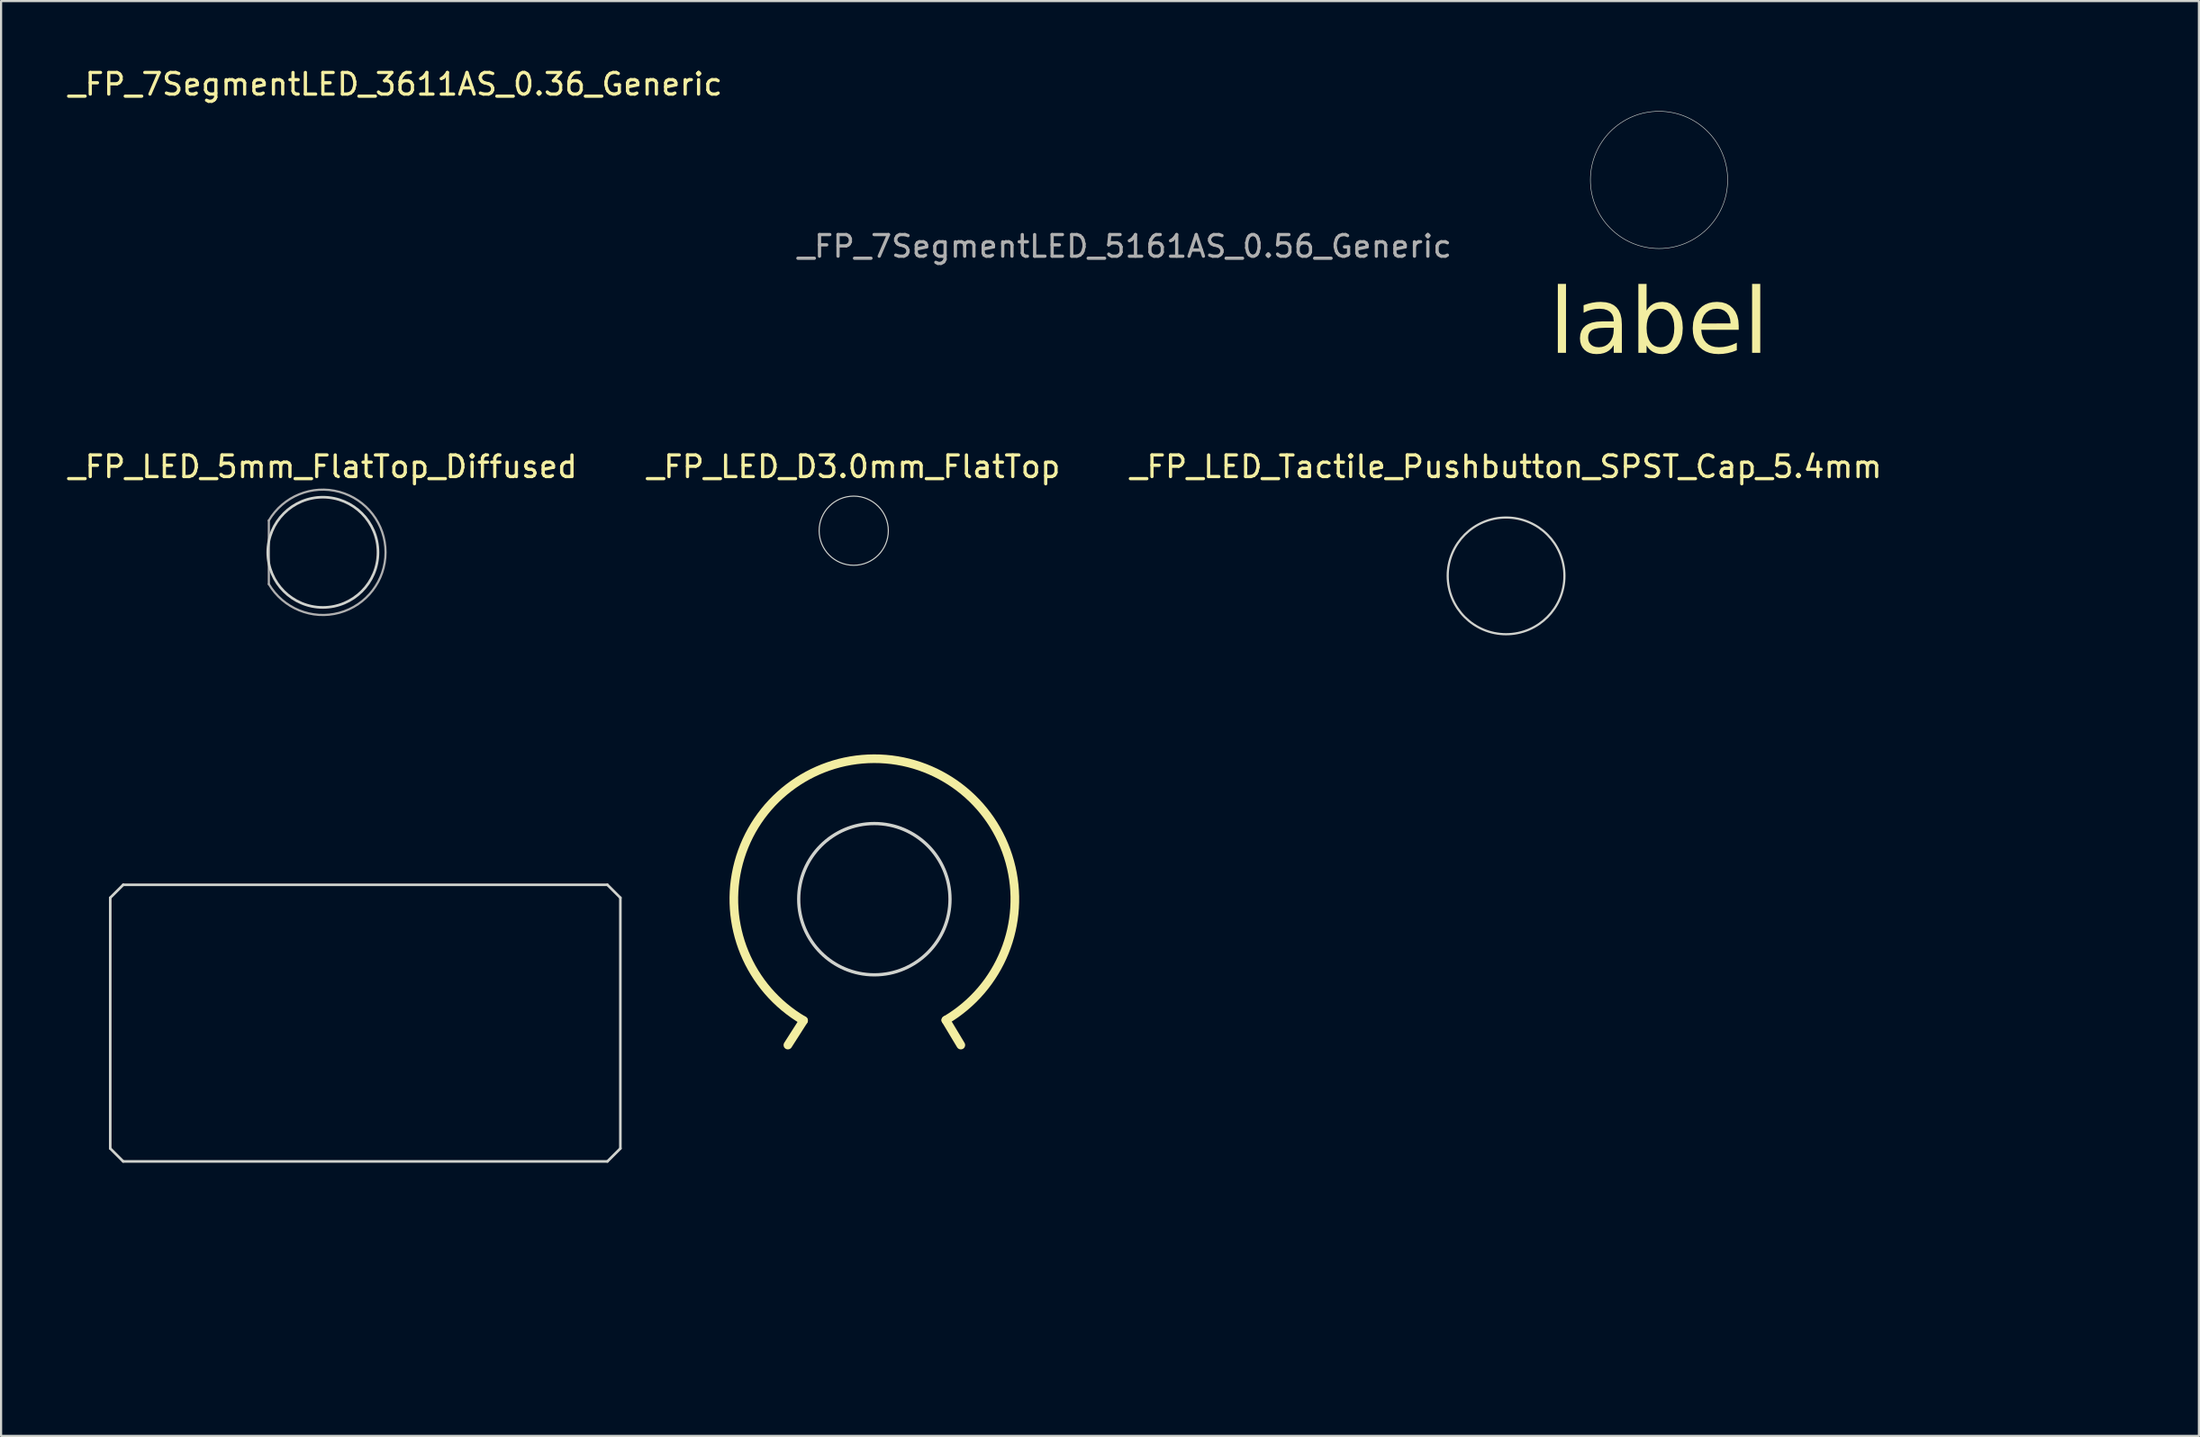
<source format=kicad_pcb>
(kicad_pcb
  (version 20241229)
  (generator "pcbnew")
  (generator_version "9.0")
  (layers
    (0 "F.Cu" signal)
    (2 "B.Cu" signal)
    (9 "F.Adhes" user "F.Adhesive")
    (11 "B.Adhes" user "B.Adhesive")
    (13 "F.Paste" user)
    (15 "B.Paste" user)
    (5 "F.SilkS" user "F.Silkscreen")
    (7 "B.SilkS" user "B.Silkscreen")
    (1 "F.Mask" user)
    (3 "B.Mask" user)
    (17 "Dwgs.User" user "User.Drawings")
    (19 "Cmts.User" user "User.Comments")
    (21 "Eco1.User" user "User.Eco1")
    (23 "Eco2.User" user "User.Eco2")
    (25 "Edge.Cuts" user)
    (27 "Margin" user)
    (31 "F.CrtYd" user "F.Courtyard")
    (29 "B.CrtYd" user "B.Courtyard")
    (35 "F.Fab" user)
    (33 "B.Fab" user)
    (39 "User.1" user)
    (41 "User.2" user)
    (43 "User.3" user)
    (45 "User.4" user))
  (footprint "_FP_OLED_SSD1306_I2C_128x64"
    (layer "F.Cu")
    (at 13.85 32.49)
    (property "Reference" "_FP_OLED_SSD1306_I2C_128x64" (at 0 -1.27 0) (layer "Eco2.User") (effects (font (size 1 1) (thickness 0.15))))
    (attr through_hole)
    (fp_rect (start -13.75 0) (end 13.75 27.8) (stroke (width 0.2) (type solid)) (fill no) (layer "Eco2.User"))
    (fp_rect (start -13.35 4.27) (end 13.35 19.77) (stroke (width 0.1) (type solid)) (fill no) (layer "Eco2.User"))
    (fp_rect (start -13.35 4.27) (end 13.35 23.53) (stroke (width 0.2) (type solid)) (fill no) (layer "Eco2.User"))
    (fp_line (start -11.8 6) (end -11.8 17.6) (stroke (width 0.12) (type solid)) (layer "Edge.Cuts"))
    (fp_line (start -11.8 17.6) (end -11.2 18.2) (stroke (width 0.12) (type solid)) (layer "Edge.Cuts"))
    (fp_line (start -11.2 5.4) (end -11.8 6) (stroke (width 0.12) (type solid)) (layer "Edge.Cuts"))
    (fp_line (start -11.2 18.2) (end 11.2 18.2) (stroke (width 0.12) (type solid)) (layer "Edge.Cuts"))
    (fp_line (start 11.2 5.4) (end -11.2 5.4) (stroke (width 0.12) (type solid)) (layer "Edge.Cuts"))
    (fp_line (start 11.2 18.2) (end 11.8 17.6) (stroke (width 0.12) (type solid)) (layer "Edge.Cuts"))
    (fp_line (start 11.8 6) (end 11.2 5.4) (stroke (width 0.12) (type solid)) (layer "Edge.Cuts"))
    (fp_line (start 11.8 17.6) (end 11.8 6) (stroke (width 0.12) (type solid)) (layer "Edge.Cuts"))
    (pad "" smd circle (at -3.81 1.27) (size 1.524 1.524) (layers "Eco2.User"))
    (pad "" smd circle (at -1.27 1.27) (size 1.524 1.524) (layers "Eco2.User"))
    (pad "" smd circle (at 1.27 1.27) (size 1.524 1.524) (layers "Eco2.User"))
    (pad "" smd circle (at 3.81 1.27) (size 1.524 1.524) (layers "Eco2.User")))
  (footprint "_FP_LED_D3.0mm_FlatTop"
    (layer "F.Cu")
    (at 36.446 21.506)
    (property "Reference" "_FP_LED_D3.0mm_FlatTop" (at 0 -2.96 0) (layer "F.SilkS") (effects (font (size 1 1) (thickness 0.15))))
    (attr through_hole)
    (fp_circle (center 0 0) (end 2.4 0) (stroke (width 0.1) (type solid)) (fill yes) (layer "F.Mask"))
    (fp_circle (center 0 0) (end 2.4 0) (stroke (width 0.1) (type solid)) (fill yes) (layer "B.Mask"))
    (fp_line (start -1.5 -1.166) (end -1.5 1.166) (stroke (width 0.1) (type solid)) (layer "Eco2.User"))
    (fp_arc (start -1.56 -1.235516) (mid 0.096487 -1.987659) (end 1.672335 -1.078608) (stroke (width 0.12) (type solid)) (layer "Eco2.User"))
    (fp_arc (start -1.5 -1.16619) (mid 1.9 0.000452) (end -1.500555 1.165476) (stroke (width 0.1) (type solid)) (layer "Eco2.User"))
    (fp_arc (start -1.040961 -1.08) (mid 0.000117 -1.5) (end 1.04113 -1.079837) (stroke (width 0.12) (type solid)) (layer "Eco2.User"))
    (fp_arc (start 1.04113 1.079837) (mid 0.000117 1.5) (end -1.040961 1.08) (stroke (width 0.12) (type solid)) (layer "Eco2.User"))
    (fp_arc (start 1.672335 1.078608) (mid 0.096487 1.987659) (end -1.56 1.235516) (stroke (width 0.12) (type solid)) (layer "Eco2.User"))
    (fp_circle (center 0 0) (end 1.5 0) (stroke (width 0.1) (type solid)) (fill no) (layer "Eco2.User"))
    (fp_circle (center 0 0) (end 1.6 0) (stroke (width 0.05) (type solid)) (fill no) (layer "Edge.Cuts"))
    (pad "" smd rect (at -1.27 0) (size 1.8 1.8) (layers "Eco2.User"))
    (pad "" smd circle (at 1.27 0) (size 1.8 1.8) (layers "Eco2.User")))
  (footprint "_FP_LED_Tactile_Pushbutton_SPST_Cap_5.4mm"
    (layer "F.Cu")
    (at 66.625 23.596)
    (property "Reference" "_FP_LED_Tactile_Pushbutton_SPST_Cap_5.4mm" (at 0 -5.05 0) (layer "F.SilkS") (effects (font (size 1 1) (thickness 0.15))))
    (attr through_hole)
    (fp_line (start -4.35 -3.75) (end -4.35 3.75) (stroke (width 0.05) (type solid)) (layer "Eco2.User"))
    (fp_line (start -4.35 -3.75) (end 4.35 -3.75) (stroke (width 0.05) (type solid)) (layer "Eco2.User"))
    (fp_line (start -4.35 3.75) (end 4.35 3.75) (stroke (width 0.05) (type solid)) (layer "Eco2.User"))
    (fp_line (start -3 -3) (end -3 3) (stroke (width 0.1) (type solid)) (layer "Eco2.User"))
    (fp_line (start -3 -3) (end 3 -3) (stroke (width 0.1) (type solid)) (layer "Eco2.User"))
    (fp_line (start -3 3) (end 3 3) (stroke (width 0.1) (type solid)) (layer "Eco2.User"))
    (fp_line (start -0.85 -3.95) (end 0.85 -3.95) (stroke (width 0.2) (type solid)) (layer "Eco2.User"))
    (fp_line (start 3 -3) (end 3 3) (stroke (width 0.1) (type solid)) (layer "Eco2.User"))
    (fp_line (start 4.35 3.75) (end 4.35 -3.75) (stroke (width 0.05) (type solid)) (layer "Eco2.User"))
    (fp_circle (center 0 0) (end 0.000001 0) (stroke (width 0.12) (type solid)) (fill no) (layer "Eco2.User"))
    (fp_circle (center 0 0) (end 2.7 0) (stroke (width 0.1) (type solid)) (fill no) (layer "Edge.Cuts"))
    (pad "" smd rect (at -3.25 -2.25) (size 1.7 1.7) (layers "Eco2.User"))
    (pad "" smd circle (at -3.25 2.25) (size 1.7 1.7) (layers "Eco2.User"))
    (pad "" smd circle (at 0 -2.8) (size 1.7 1.7) (layers "Eco2.User"))
    (pad "" smd circle (at 0 2.8) (size 1.7 1.7) (layers "Eco2.User"))
    (pad "" smd circle (at 3.25 -2.25) (size 1.7 1.7) (layers "Eco2.User"))
    (pad "" smd circle (at 3.25 2.25) (size 1.7 1.7) (layers "Eco2.User")))
  (footprint "_FP_7SegmentLED_5161AS_0.56_Generic"
    (layer "F.Cu")
    (at 41.112 3.268)
    (property "Reference" "_FP_7SegmentLED_5161AS_0.56_Generic" (at 7.62 -2.42 0) (layer "Eco2.User") (effects (font (size 1 1) (thickness 0.15))))
    (attr through_hole)
    (fp_line (start -1.905 -0.22) (end -1.905 11.38) (stroke (width 0.1) (type solid)) (layer "Eco2.User"))
    (fp_line (start -1.905 11.38) (end 17.145 11.38) (stroke (width 0.1) (type solid)) (layer "Eco2.User"))
    (fp_line (start -0.905 -1.22) (end -1.905 -0.22) (stroke (width 0.1) (type solid)) (layer "Eco2.User"))
    (fp_line (start -0.905 -1.22) (end 17.145 -1.22) (stroke (width 0.1) (type solid)) (layer "Eco2.User"))
    (fp_line (start 2.62 0.08) (end 2.62 7.08) (stroke (width 0.12) (type solid)) (layer "Eco2.User"))
    (fp_line (start 2.62 7.08) (end 7.62 8.08) (stroke (width 0.12) (type solid)) (layer "Eco2.User"))
    (fp_line (start 7.62 1.08) (end 2.62 0.08) (stroke (width 0.12) (type solid)) (layer "Eco2.User"))
    (fp_line (start 7.62 8.08) (end 7.62 1.08) (stroke (width 0.12) (type solid)) (layer "Eco2.User"))
    (fp_line (start 12.62 2.08) (end 7.62 1.08) (stroke (width 0.12) (type solid)) (layer "Eco2.User"))
    (fp_line (start 12.62 2.08) (end 12.62 9.08) (stroke (width 0.12) (type solid)) (layer "Eco2.User"))
    (fp_line (start 12.62 9.08) (end 7.62 8.08) (stroke (width 0.12) (type solid)) (layer "Eco2.User"))
    (fp_line (start 17.145 11.38) (end 17.145 -1.22) (stroke (width 0.1) (type solid)) (layer "Eco2.User"))
    (fp_circle (center 2.62 9.08) (end 3.067 9.08) (stroke (width 0.12) (type solid)) (fill no) (layer "Eco2.User"))
    (fp_text user "${REFERENCE}" (at 7.87 5.08 0) (layer "F.Fab") (effects (font (size 1 1) (thickness 0.15))))
    (pad "" smd rect (at 0 0 270) (size 1.524 2.524) (layers "Eco2.User"))
    (pad "" smd oval (at 0 2.54 270) (size 1.524 2.524) (layers "Eco2.User"))
    (pad "" smd oval (at 0 5.08 270) (size 1.524 2.524) (layers "Eco2.User"))
    (pad "" smd oval (at 0 7.62 270) (size 1.524 2.524) (layers "Eco2.User"))
    (pad "" smd oval (at 0 10.16 270) (size 1.524 2.524) (layers "Eco2.User"))
    (pad "" smd oval (at 15.24 0 270) (size 1.524 2.524) (layers "Eco2.User"))
    (pad "" smd oval (at 15.24 2.54 270) (size 1.524 2.524) (layers "Eco2.User"))
    (pad "" smd oval (at 15.24 5.08 270) (size 1.524 2.524) (layers "Eco2.User"))
    (pad "" smd oval (at 15.24 7.62 270) (size 1.524 2.524) (layers "Eco2.User"))
    (pad "" smd oval (at 15.24 10.16 270) (size 1.524 2.524) (layers "Eco2.User")))
  (footprint "_FP_Pot_10mmKnob_StdScale"
    (layer "F.Cu")
    (at 37.4 38.556)
    (property "Reference" "_FP_Pot_10mmKnob_StdScale" (at -4.6 -4.1 0) (layer "Eco2.User") (effects (font (size 1 1) (thickness 0.15)) (justify left bottom)))
    (attr through_hole)
    (fp_line (start -3.275 5.615) (end -4 6.75) (stroke (width 0.4) (type default)) (layer "F.SilkS"))
    (fp_line (start 3.307 5.596) (end 4 6.75) (stroke (width 0.4) (type default)) (layer "F.SilkS"))
    (fp_arc (start -3.275163 5.614562) (mid -0.018309 -6.499974) (end 3.306741 5.596022) (stroke (width 0.4) (type default)) (layer "F.SilkS"))
    (fp_line (start -5.1 -5.75) (end -5.1 -1.4) (stroke (width 0.05) (type solid)) (layer "Eco2.User"))
    (fp_line (start -5.1 1.4) (end -5.1 5.75) (stroke (width 0.05) (type solid)) (layer "Eco2.User"))
    (fp_line (start -5.1 5.75) (end 5.1 5.75) (stroke (width 0.05) (type solid)) (layer "Eco2.User"))
    (fp_line (start -4.85 -4.95) (end -4.85 -1.676) (stroke (width 0.127) (type solid)) (layer "Eco2.User"))
    (fp_line (start -4.85 1.727) (end -4.85 5.06) (stroke (width 0.127) (type solid)) (layer "Eco2.User"))
    (fp_line (start -4.41 5.5) (end 4.41 5.5) (stroke (width 0.127) (type solid)) (layer "Eco2.User"))
    (fp_line (start -3.7 -8.16) (end -3.7 -5.75) (stroke (width 0.05) (type solid)) (layer "Eco2.User"))
    (fp_line (start -3.7 -5.75) (end -5.1 -5.75) (stroke (width 0.05) (type solid)) (layer "Eco2.User"))
    (fp_line (start -1.5 0) (end 1.5 0) (stroke (width 0.12) (type solid)) (layer "Eco2.User"))
    (fp_line (start 0 1.5) (end 0 -1.5) (stroke (width 0.12) (type solid)) (layer "Eco2.User"))
    (fp_line (start 3.7 -8.16) (end -3.7 -8.16) (stroke (width 0.05) (type solid)) (layer "Eco2.User"))
    (fp_line (start 3.7 -5.75) (end 3.7 -8.16) (stroke (width 0.05) (type solid)) (layer "Eco2.User"))
    (fp_line (start 4.41 -5.5) (end -4.41 -5.5) (stroke (width 0.127) (type solid)) (layer "Eco2.User"))
    (fp_line (start 4.85 -5) (end 4.85 -1.676) (stroke (width 0.127) (type solid)) (layer "Eco2.User"))
    (fp_line (start 4.85 1.727) (end 4.85 5.06) (stroke (width 0.127) (type solid)) (layer "Eco2.User"))
    (fp_line (start 5.1 -5.75) (end 3.7 -5.75) (stroke (width 0.05) (type solid)) (layer "Eco2.User"))
    (fp_line (start 5.1 -1.4) (end 5.1 -5.75) (stroke (width 0.05) (type solid)) (layer "Eco2.User"))
    (fp_line (start 5.1 5.75) (end 5.1 1.4) (stroke (width 0.05) (type solid)) (layer "Eco2.User"))
    (fp_arc (start -5.099264 1.400368) (mid -5.965248 0.000411) (end -5.1 -1.4) (stroke (width 0.05) (type solid)) (layer "Eco2.User"))
    (fp_arc (start -4.849887 -5.050018) (mid -4.724637 -5.367578) (end -4.41 -5.5) (stroke (width 0.127) (type solid)) (layer "Eco2.User"))
    (fp_arc (start -4.400018 5.499887) (mid -4.717578 5.374637) (end -4.85 5.06) (stroke (width 0.127) (type solid)) (layer "Eco2.User"))
    (fp_arc (start 4.400018 -5.499887) (mid 4.717578 -5.374637) (end 4.85 -5.06) (stroke (width 0.127) (type solid)) (layer "Eco2.User"))
    (fp_arc (start 4.849887 5.050018) (mid 4.724637 5.367578) (end 4.41 5.5) (stroke (width 0.127) (type solid)) (layer "Eco2.User"))
    (fp_arc (start 5.099264 -1.400368) (mid 5.965248 -0.000411) (end 5.1 1.4) (stroke (width 0.05) (type solid)) (layer "Eco2.User"))
    (fp_circle (center 0 0) (end 3.5 0) (stroke (width 0.15) (type solid)) (fill no) (layer "Edge.Cuts"))
    (pad "" smd circle (at -4.394 -0.002) (size 2.667 2.667) (layers "Eco2.User"))
    (pad "" smd circle (at -2.54 -7.012 270) (size 1.803 1.803) (layers "Eco2.User"))
    (pad "" smd circle (at -0.000163 -7.012 270) (size 1.803 1.803) (layers "Eco2.User"))
    (pad "" smd circle (at 2.54 -7.012 270) (size 1.803 1.803) (layers "Eco2.User"))
    (pad "" smd circle (at 4.394 -0.002) (size 2.667 2.667) (layers "Eco2.User")))
  (footprint "_FP_7SegmentLED_3611AS_0.36_Generic"
    (layer "F.Cu")
    (at 12.704 3.007)
    (property "Reference" "_FP_7SegmentLED_3611AS_0.36_Generic" (at 2.54 -2.159 0) (layer "F.SilkS") (effects (font (size 1 1) (thickness 0.15))))
    (attr through_hole)
    (fp_line (start -1.1 -0.1) (end -0.1 -1.1) (stroke (width 0.1) (type solid)) (layer "Eco2.User"))
    (fp_line (start -1.1 11.3) (end -1.1 -0.1) (stroke (width 0.1) (type solid)) (layer "Eco2.User"))
    (fp_line (start -0.1 -1.1) (end 6.2 -1.1) (stroke (width 0.1) (type solid)) (layer "Eco2.User"))
    (fp_line (start 6.2 -1.1) (end 6.2 11.3) (stroke (width 0.1) (type solid)) (layer "Eco2.User"))
    (fp_line (start 6.2 11.3) (end -1.1 11.3) (stroke (width 0.1) (type solid)) (layer "Eco2.User"))
    (fp_rect (start 6.35 11.43) (end -1.27 -1.27) (stroke (width 0.12) (type solid)) (fill no) (layer "Eco2.User"))
    (pad "" smd rect (at 0 0) (size 1.6 1.6) (layers "Eco2.User"))
    (pad "" smd circle (at 0 2.54) (size 1.6 1.6) (layers "Eco2.User"))
    (pad "" smd circle (at 0 5.08) (size 1.6 1.6) (layers "Eco2.User"))
    (pad "" smd circle (at 0 7.62) (size 1.6 1.6) (layers "Eco2.User"))
    (pad "" smd circle (at 0 10.16) (size 1.6 1.6) (layers "Eco2.User"))
    (pad "" smd circle (at 5.08 0) (size 1.6 1.6) (layers "Eco2.User"))
    (pad "" smd circle (at 5.08 2.54) (size 1.6 1.6) (layers "Eco2.User"))
    (pad "" smd circle (at 5.08 5.08) (size 1.6 1.6) (layers "Eco2.User"))
    (pad "" smd circle (at 5.08 7.62) (size 1.6 1.6) (layers "Eco2.User"))
    (pad "" smd circle (at 5.08 10.16) (size 1.6 1.6) (layers "Eco2.User")))
  (footprint "_FP_EighthInch_PJ398SM"
    (layer "F.Cu")
    (at 73.701 5.275)
    (property "Reference" "_FP_EighthInch_PJ398SM" (at -0.76 6.76 0) (layer "Eco2.User") (effects (font (size 1.206 1.206) (thickness 0.152)) (justify left bottom)))
    (property "Label" "label" (at 0 5 0) (layer "F.SilkS") (effects (font (face "Video Med") (size 3 3) (thickness 0.1)) (justify top)))
    (attr through_hole)
    (fp_line (start -6.248 -5.055) (end -6.248 -1.88) (stroke (width 0.254) (type solid)) (layer "Eco2.User"))
    (fp_line (start -6.223 1.854) (end -6.223 5.029) (stroke (width 0.254) (type solid)) (layer "Eco2.User"))
    (fp_line (start -6.223 5.029) (end -3.048 5.029) (stroke (width 0.254) (type solid)) (layer "Eco2.User"))
    (fp_line (start -3.073 -5.055) (end -6.248 -5.055) (stroke (width 0.254) (type solid)) (layer "Eco2.User"))
    (fp_line (start -1.5 0) (end 1.5 0) (stroke (width 0.12) (type solid)) (layer "Eco2.User"))
    (fp_line (start 0 1.5) (end 0 -1.5) (stroke (width 0.12) (type solid)) (layer "Eco2.User"))
    (fp_line (start 1.143 5.004) (end 4.318 5.004) (stroke (width 0.254) (type solid)) (layer "Eco2.User"))
    (fp_line (start 4.318 -5.029) (end 1.143 -5.029) (stroke (width 0.254) (type solid)) (layer "Eco2.User"))
    (fp_line (start 4.318 -1.854) (end 4.318 -5.029) (stroke (width 0.254) (type solid)) (layer "Eco2.User"))
    (fp_line (start 4.318 5.004) (end 4.318 1.829) (stroke (width 0.254) (type solid)) (layer "Eco2.User"))
    (fp_circle (center 0 0) (end 1.575 0) (stroke (width 0.127) (type solid)) (fill no) (layer "Eco2.User"))
    (fp_poly (pts (xy 4.55 5.25) (xy -6.45 5.25) (xy -6.45 -5.25) (xy 4.55 -5.25) (xy 4.55 -1.16) (xy 6.93 -1.16) (xy 6.93 1.16) (xy 4.55 1.16)) (stroke (width 0.05) (type solid)) (fill no) (layer "Eco2.User"))
    (fp_circle (center 0 0) (end 3.175 0) (stroke (width 0.025) (type solid)) (fill no) (layer "Edge.Cuts"))
    (pad "" smd circle (at -5.207 0) (size 1.93 1.93) (layers "Eco2.User"))
    (pad "" smd circle (at 3.353 0) (size 1.93 1.93) (layers "Eco2.User"))
    (pad "" smd circle (at 5.766 0) (size 1.93 1.93) (layers "Eco2.User")))
  (footprint "_FP_LED_5mm_FlatTop_Diffused"
    (layer "F.Cu")
    (at 11.887 22.506)
    (property "Reference" "_FP_LED_5mm_FlatTop_Diffused" (at 0 -3.96 0) (layer "F.SilkS") (effects (font (size 1 1) (thickness 0.15))))
    (attr through_hole)
    (fp_line (start -3.22 -3.25) (end -3.22 3.25) (stroke (width 0.05) (type solid)) (layer "Eco2.User"))
    (fp_line (start -3.22 3.25) (end 3.23 3.25) (stroke (width 0.05) (type solid)) (layer "Eco2.User"))
    (fp_line (start -2.56 -1.545) (end -2.56 1.545) (stroke (width 0.12) (type solid)) (layer "Eco2.User"))
    (fp_line (start 3.23 -3.25) (end -3.22 -3.25) (stroke (width 0.05) (type solid)) (layer "Eco2.User"))
    (fp_line (start 3.23 3.25) (end 3.23 -3.25) (stroke (width 0.05) (type solid)) (layer "Eco2.User"))
    (fp_arc (start -2.56 -1.54483) (mid 0.802002 -2.880433) (end 2.99 0.000462) (stroke (width 0.12) (type solid)) (layer "Eco2.User"))
    (fp_arc (start 2.99 -0.000462) (mid 0.802002 2.880433) (end -2.56 1.54483) (stroke (width 0.12) (type solid)) (layer "Eco2.User"))
    (fp_circle (center 0 0) (end 2.5 0) (stroke (width 0.1) (type solid)) (fill no) (layer "Eco2.User"))
    (fp_circle (center 0 0) (end 2.55 0) (stroke (width 0.12) (type solid)) (fill no) (layer "Edge.Cuts"))
    (fp_line (start -2.5 -1.47) (end -2.5 1.47) (stroke (width 0.1) (type solid)) (layer "F.Fab"))
    (fp_arc (start -2.5 -1.469694) (mid 2.9 0.000016) (end -2.500016 1.469666) (stroke (width 0.1) (type solid)) (layer "F.Fab"))
    (pad "" smd rect (at -1.27 0) (size 1.8 1.8) (layers "Eco2.User"))
    (pad "" smd circle (at 1.27 0) (size 1.8 1.8) (layers "Eco2.User")))
  (gr_rect
    (start -3 -3)
    (end 98.678 63.39)
    (stroke (width 0.1) (type default))
    (fill no)
    (layer "Edge.Cuts")))
</source>
